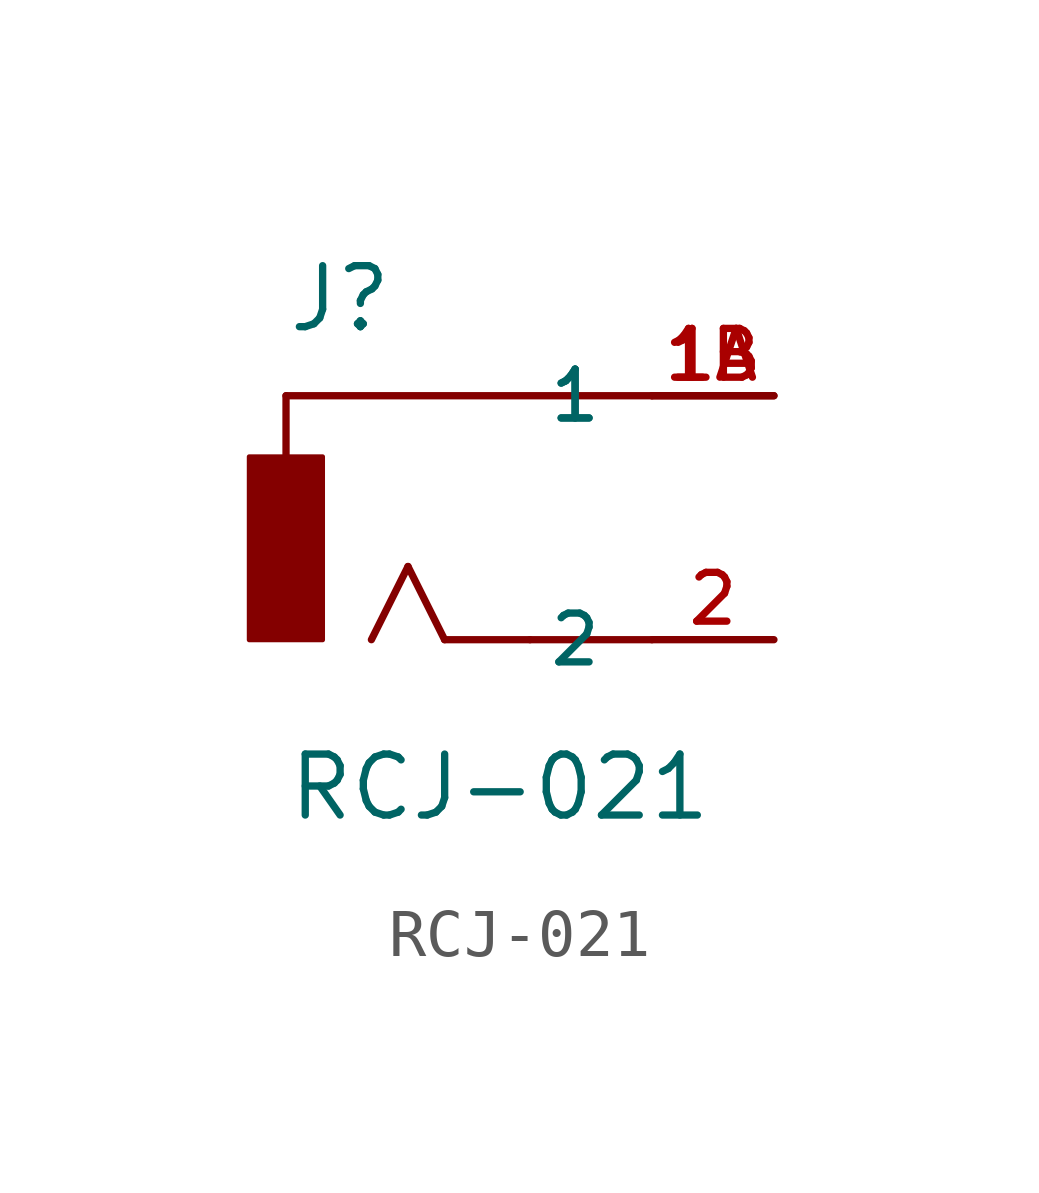
<source format=kicad_sym>
(kicad_symbol_lib
  (version 20211014)
  (generator kicad_symbol_editor)
  (symbol "RCJ-021"
    (pin_names
      (offset 1.016))
    (property "Reference" "J"
      (at -2.543 3.815 0)
      (effects (font (size 1.27 1.27)) (justify bottom left)))
    (property "Value" "RCJ-021"
      (at -2.542 -6.355 0)
      (effects (font (size 1.27 1.27)) (justify bottom left)))
    (symbol "RCJ-021_0_0"
      (polyline (pts (xy 5.08 2.54) (xy -2.54 2.54)) (stroke (width 0.152)))
      (polyline (pts (xy -2.54 2.54) (xy -2.54 1.27)) (stroke (width 0.152)))
      (polyline (pts (xy 5.08 -2.54) (xy 2.54 -2.54)) (stroke (width 0.152)))
      (polyline (pts (xy 2.54 -2.54) (xy 0.762 -2.54)) (stroke (width 0.152)))
      (polyline (pts (xy 0.762 -2.54) (xy 0.0 -1.016)) (stroke (width 0.152)))
      (polyline (pts (xy 0.0 -1.016) (xy -0.762 -2.54)) (stroke (width 0.152)))
      (rectangle (start -3.307 -2.544) (end -1.778 1.27) (stroke (width 0.1)) (fill (type outline)))
      (pin passive line (at 7.62 2.54 180.0) (length 2.54) (name "1" (effects (font (size 1.016 1.016)))) (number "1A" (effects (font (size 1.016 1.016)))))
      (pin passive line (at 7.62 2.54 180.0) (length 2.54) (name "1" (effects (font (size 1.016 1.016)))) (number "1B" (effects (font (size 1.016 1.016)))))
      (pin passive line (at 7.62 -2.54 180.0) (length 2.54) (name "2" (effects (font (size 1.016 1.016)))) (number "2" (effects (font (size 1.016 1.016))))))))
</source>
